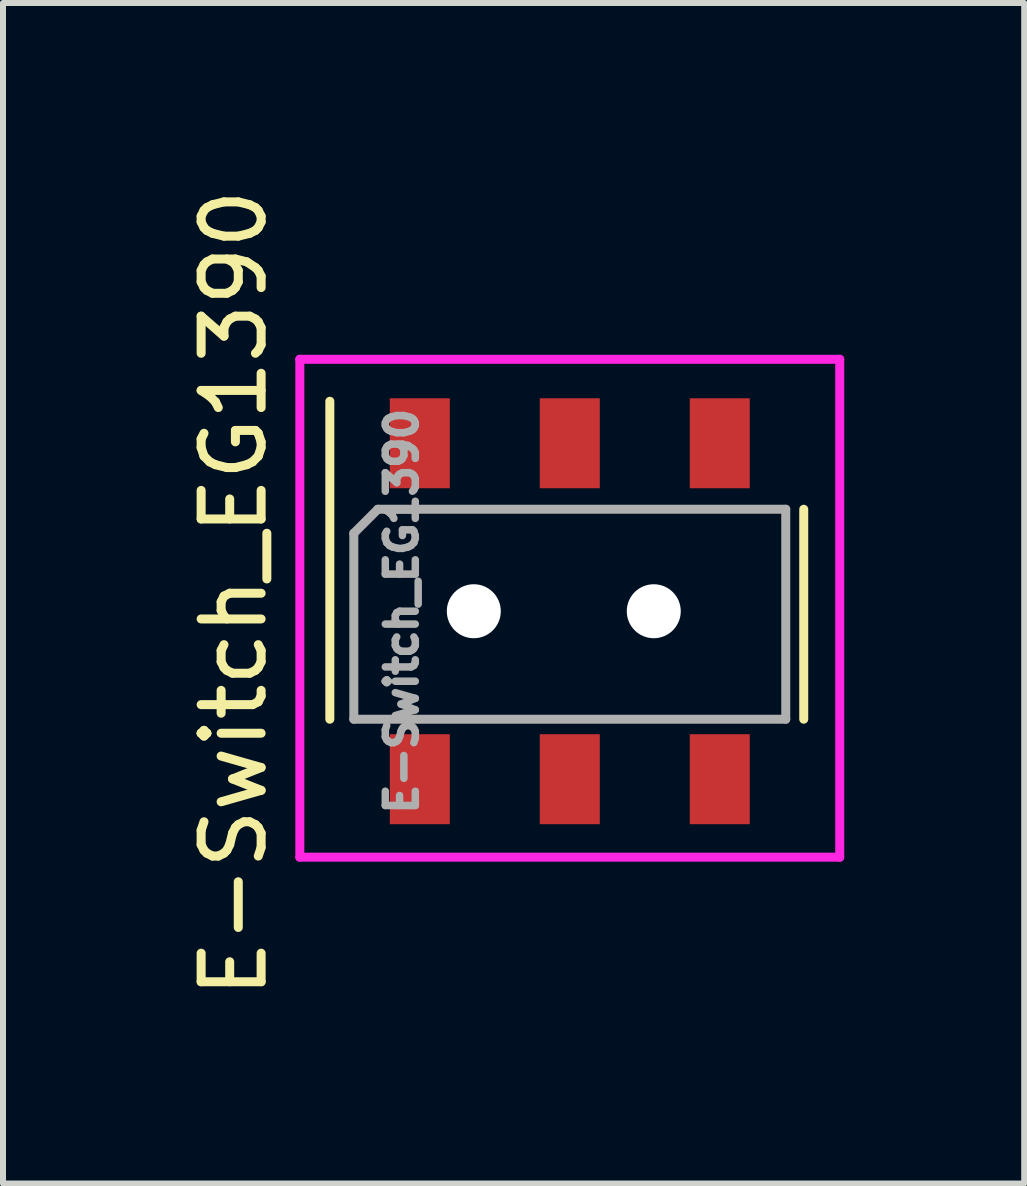
<source format=kicad_pcb>
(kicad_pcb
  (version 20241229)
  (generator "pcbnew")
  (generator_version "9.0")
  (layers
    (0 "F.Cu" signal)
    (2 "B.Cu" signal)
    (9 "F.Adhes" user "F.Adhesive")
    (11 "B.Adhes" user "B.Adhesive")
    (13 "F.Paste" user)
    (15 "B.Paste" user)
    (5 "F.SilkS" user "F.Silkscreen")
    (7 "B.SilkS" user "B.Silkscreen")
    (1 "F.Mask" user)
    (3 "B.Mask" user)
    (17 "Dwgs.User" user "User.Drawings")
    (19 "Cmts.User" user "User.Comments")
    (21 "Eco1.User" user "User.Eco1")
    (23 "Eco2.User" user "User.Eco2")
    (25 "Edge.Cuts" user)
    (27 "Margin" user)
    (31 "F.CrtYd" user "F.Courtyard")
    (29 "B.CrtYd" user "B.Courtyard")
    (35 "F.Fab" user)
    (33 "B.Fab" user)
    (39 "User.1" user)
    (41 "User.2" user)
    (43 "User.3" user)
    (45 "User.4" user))
  (footprint "E-Switch_EG1390"
    (layer "F.Cu")
    (at 3.948 4.339)
    (property "Reference" "E-Switch_EG1390" (at -3.1 2.5 90) (layer "F.SilkS") (effects (font (size 1 1) (thickness 0.15))))
    (attr through_hole)
    (fp_line (start -1.5 4.6) (end -1.5 -0.7) (stroke (width 0.15) (type solid)) (layer "F.SilkS"))
    (fp_line (start 6.4 4.6) (end 6.4 1.1) (stroke (width 0.15) (type solid)) (layer "F.SilkS"))
    (fp_line (start -2 -1.4) (end -2 6.9) (stroke (width 0.15) (type solid)) (layer "F.CrtYd"))
    (fp_line (start -2 6.9) (end 7 6.9) (stroke (width 0.15) (type solid)) (layer "F.CrtYd"))
    (fp_line (start 7 -1.4) (end -2 -1.4) (stroke (width 0.15) (type solid)) (layer "F.CrtYd"))
    (fp_line (start 7 6.9) (end 7 -1.4) (stroke (width 0.15) (type solid)) (layer "F.CrtYd"))
    (fp_line (start -1.1 4.6) (end -1.1 1.5) (stroke (width 0.15) (type solid)) (layer "F.Fab"))
    (fp_line (start -0.7 1.1) (end -1.1 1.5) (stroke (width 0.15) (type solid)) (layer "F.Fab"))
    (fp_line (start 6.1 1.1) (end -0.7 1.1) (stroke (width 0.15) (type solid)) (layer "F.Fab"))
    (fp_line (start 6.1 1.1) (end 6.1 4.6) (stroke (width 0.15) (type solid)) (layer "F.Fab"))
    (fp_line (start 6.1 4.6) (end -1.1 4.6) (stroke (width 0.15) (type solid)) (layer "F.Fab"))
    (fp_text user "${REFERENCE}" (at -0.3 2.8 90) (layer "F.Fab") (effects (font (size 0.5 0.5) (thickness 0.125))))
    (pad "" np_thru_hole circle (at 0.9 2.8 270) (size 0.9 0.9) (drill 0.9) (layers "*.Cu" "*.Mask"))
    (pad "" np_thru_hole circle (at 3.9 2.8) (size 0.9 0.9) (drill 0.9) (layers "*.Cu" "*.Mask"))
    (pad "1" smd rect (at 0 0) (size 1 1.5) (layers "F.Cu" "F.Mask" "F.Paste"))
    (pad "2" smd rect (at 2.5 0) (size 1 1.5) (layers "F.Cu" "F.Mask" "F.Paste"))
    (pad "3" smd rect (at 5 0) (size 1 1.5) (layers "F.Cu" "F.Mask" "F.Paste"))
    (pad "4" smd rect (at 0 5.6) (size 1 1.5) (layers "F.Cu" "F.Mask" "F.Paste"))
    (pad "5" smd rect (at 2.5 5.6) (size 1 1.5) (layers "F.Cu" "F.Mask" "F.Paste"))
    (pad "6" smd rect (at 5 5.6) (size 1 1.5) (layers "F.Cu" "F.Mask" "F.Paste")))
  (gr_rect
    (start -3 -3)
    (end 14.023 16.679)
    (stroke (width 0.1) (type default))
    (fill no)
    (layer "Edge.Cuts")))
</source>
